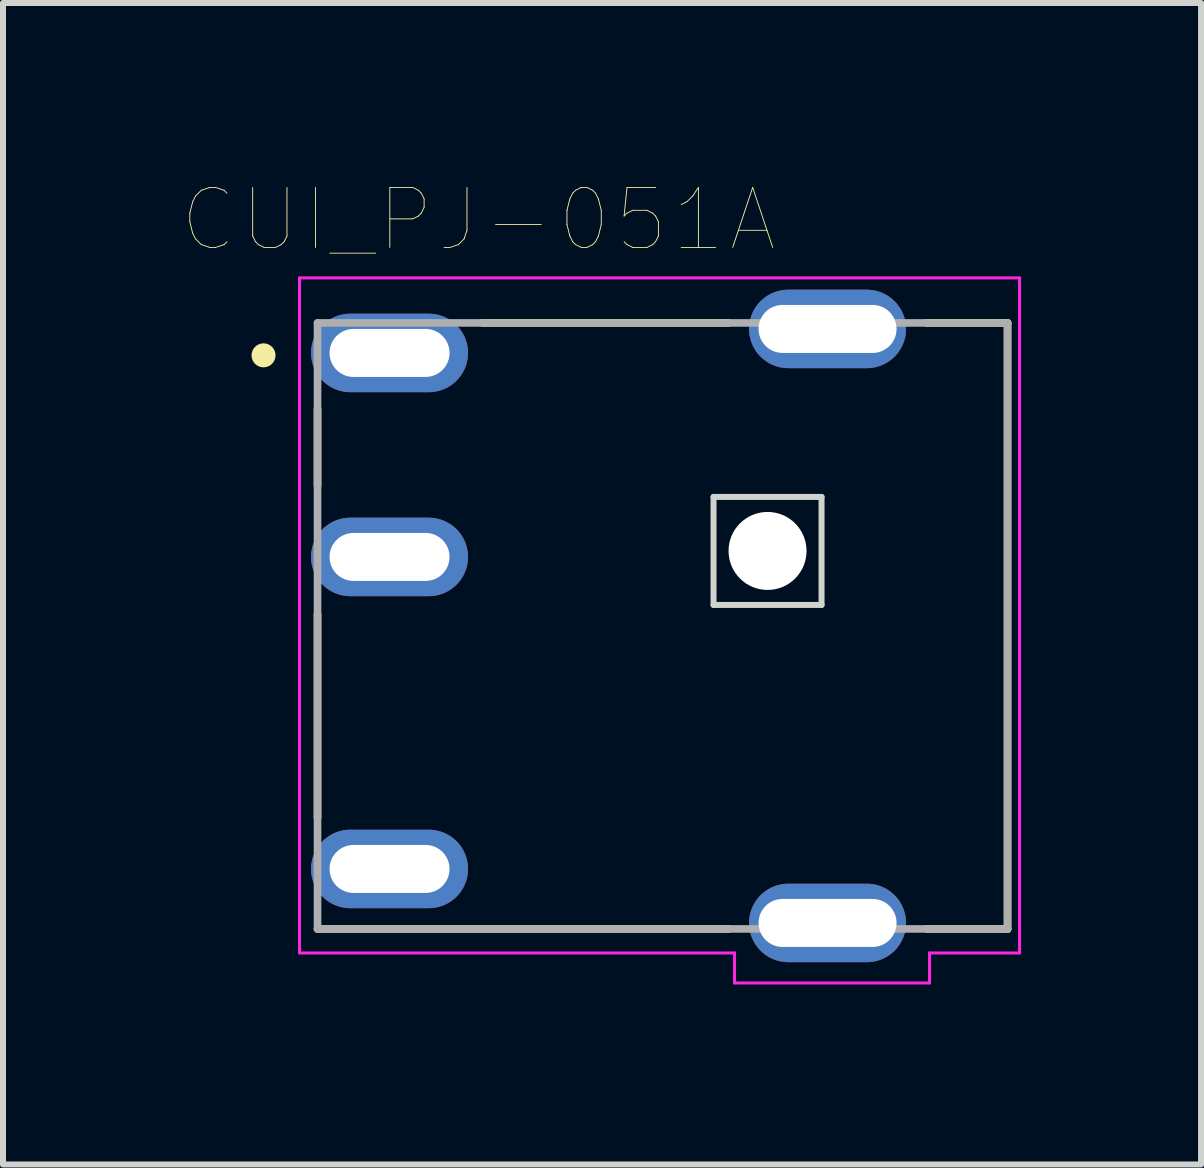
<source format=kicad_pcb>
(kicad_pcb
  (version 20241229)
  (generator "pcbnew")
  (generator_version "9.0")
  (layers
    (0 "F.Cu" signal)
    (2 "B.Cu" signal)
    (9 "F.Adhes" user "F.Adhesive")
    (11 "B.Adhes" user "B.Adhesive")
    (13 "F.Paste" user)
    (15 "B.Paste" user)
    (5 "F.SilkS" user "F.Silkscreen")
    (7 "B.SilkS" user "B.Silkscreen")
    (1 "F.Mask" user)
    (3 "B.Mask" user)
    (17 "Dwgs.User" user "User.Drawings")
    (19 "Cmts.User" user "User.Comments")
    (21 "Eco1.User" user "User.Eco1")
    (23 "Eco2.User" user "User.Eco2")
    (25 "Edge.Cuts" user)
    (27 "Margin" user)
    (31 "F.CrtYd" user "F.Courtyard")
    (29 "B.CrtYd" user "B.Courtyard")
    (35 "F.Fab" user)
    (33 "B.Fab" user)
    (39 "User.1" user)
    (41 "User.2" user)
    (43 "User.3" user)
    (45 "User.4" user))
  (footprint "CUI_PJ-051A"
    (layer "F.Cu")
    (at 7.992 7.382)
    (property "Reference" "CUI_PJ-051A" (at -3.069 -6.77 0) (layer "F.SilkS") (effects (font (size 1 1) (thickness 0.015))))
    (attr through_hole)
    (fp_line (start -5.75 -2.34) (end -5.75 -3.61) (stroke (width 0.127) (type solid)) (layer "F.SilkS"))
    (fp_line (start -5.75 3.2) (end -5.75 -0.2) (stroke (width 0.127) (type solid)) (layer "F.SilkS"))
    (fp_line (start 1.1 -5.05) (end -3 -5.05) (stroke (width 0.127) (type solid)) (layer "F.SilkS"))
    (fp_line (start 1.1 5.05) (end -5.75 5.05) (stroke (width 0.127) (type solid)) (layer "F.SilkS"))
    (fp_line (start 5.75 -5.05) (end 4.4 -5.05) (stroke (width 0.127) (type solid)) (layer "F.SilkS"))
    (fp_line (start 5.75 -5.05) (end 5.75 5.05) (stroke (width 0.127) (type solid)) (layer "F.SilkS"))
    (fp_line (start 5.75 5.05) (end 4.4 5.05) (stroke (width 0.127) (type solid)) (layer "F.SilkS"))
    (fp_circle (center -6.65 -4.51) (end -6.55 -4.51) (stroke (width 0.2) (type solid)) (fill no) (layer "F.SilkS"))
    (fp_line (start 0.85 -2.15) (end 2.65 -2.15) (stroke (width 0.1) (type solid)) (layer "Edge.Cuts"))
    (fp_line (start 0.85 -0.35) (end 0.85 -2.15) (stroke (width 0.1) (type solid)) (layer "Edge.Cuts"))
    (fp_line (start 2.65 -2.15) (end 2.65 -0.35) (stroke (width 0.1) (type solid)) (layer "Edge.Cuts"))
    (fp_line (start 2.65 -0.35) (end 0.85 -0.35) (stroke (width 0.1) (type solid)) (layer "Edge.Cuts"))
    (fp_line (start -6.05 -5.8) (end -6.05 5.45) (stroke (width 0.05) (type solid)) (layer "F.CrtYd"))
    (fp_line (start 1.2 5.45) (end -6.05 5.45) (stroke (width 0.05) (type solid)) (layer "F.CrtYd"))
    (fp_line (start 1.2 5.45) (end 1.2 5.95) (stroke (width 0.05) (type solid)) (layer "F.CrtYd"))
    (fp_line (start 4.45 5.95) (end 1.2 5.95) (stroke (width 0.05) (type solid)) (layer "F.CrtYd"))
    (fp_line (start 4.45 5.95) (end 4.45 5.45) (stroke (width 0.05) (type solid)) (layer "F.CrtYd"))
    (fp_line (start 5.95 -5.8) (end -6.05 -5.8) (stroke (width 0.05) (type solid)) (layer "F.CrtYd"))
    (fp_line (start 5.95 5.45) (end 4.45 5.45) (stroke (width 0.05) (type solid)) (layer "F.CrtYd"))
    (fp_line (start 5.95 5.45) (end 5.95 -5.8) (stroke (width 0.05) (type solid)) (layer "F.CrtYd"))
    (fp_line (start -5.75 -5.05) (end 5.75 -5.05) (stroke (width 0.127) (type solid)) (layer "F.Fab"))
    (fp_line (start -5.75 5.05) (end -5.75 -5.05) (stroke (width 0.127) (type solid)) (layer "F.Fab"))
    (fp_line (start 5.75 -5.05) (end 5.75 5.05) (stroke (width 0.127) (type solid)) (layer "F.Fab"))
    (fp_line (start 5.75 5.05) (end -5.75 5.05) (stroke (width 0.127) (type solid)) (layer "F.Fab"))
    (pad "" np_thru_hole circle (at 1.75 -1.25) (size 1.3 1.3) (drill 1.3) (layers "*.Cu" "*.Mask"))
    (pad "1" thru_hole oval (at -4.55 -4.55) (size 2.616 1.308) (drill oval 2 0.8) (layers "*.Cu" "*.Mask"))
    (pad "2" thru_hole oval (at -4.55 4.05) (size 2.616 1.308) (drill oval 2 0.8) (layers "*.Cu" "*.Mask"))
    (pad "3" thru_hole oval (at -4.55 -1.15) (size 2.616 1.308) (drill oval 2 0.8) (layers "*.Cu" "*.Mask"))
    (pad "5" thru_hole oval (at 2.75 4.95) (size 2.616 1.308) (drill oval 2.3 0.8) (layers "*.Cu" "*.Mask"))
    (pad "6" thru_hole oval (at 2.75 -4.95) (size 2.616 1.308) (drill oval 2.3 0.8) (layers "*.Cu" "*.Mask")))
  (gr_rect
    (start -3 -3)
    (end 16.967 16.357)
    (stroke (width 0.1) (type default))
    (fill no)
    (layer "Edge.Cuts")))
</source>
